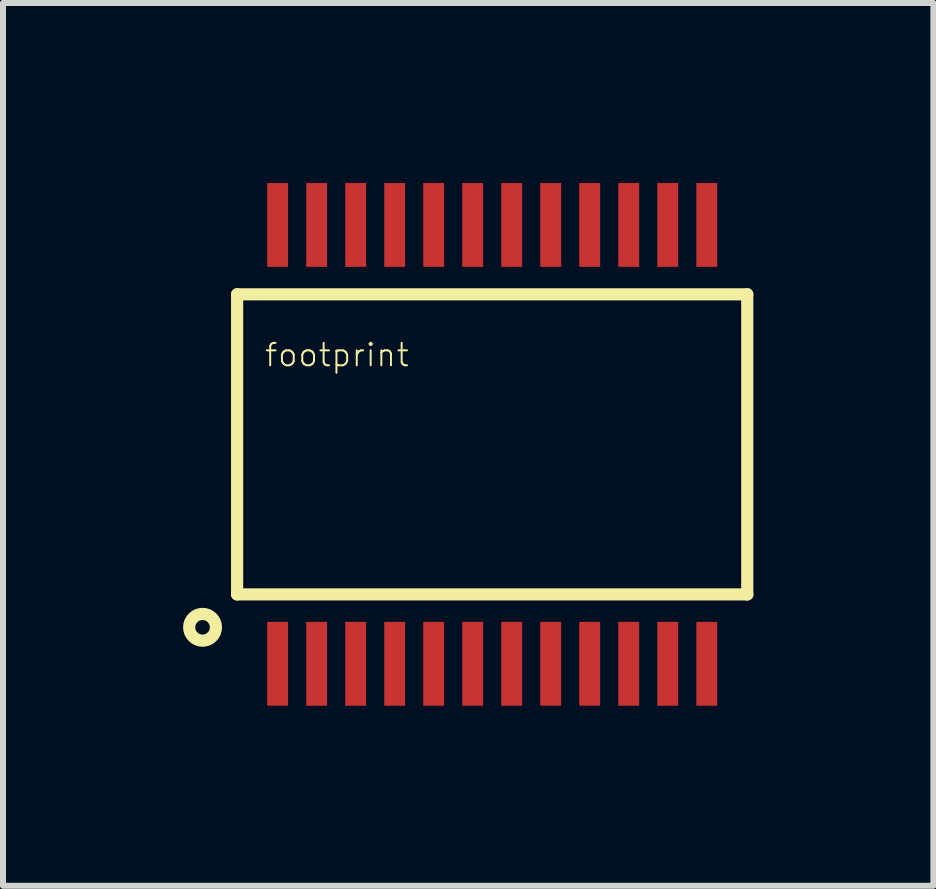
<source format=kicad_pcb>
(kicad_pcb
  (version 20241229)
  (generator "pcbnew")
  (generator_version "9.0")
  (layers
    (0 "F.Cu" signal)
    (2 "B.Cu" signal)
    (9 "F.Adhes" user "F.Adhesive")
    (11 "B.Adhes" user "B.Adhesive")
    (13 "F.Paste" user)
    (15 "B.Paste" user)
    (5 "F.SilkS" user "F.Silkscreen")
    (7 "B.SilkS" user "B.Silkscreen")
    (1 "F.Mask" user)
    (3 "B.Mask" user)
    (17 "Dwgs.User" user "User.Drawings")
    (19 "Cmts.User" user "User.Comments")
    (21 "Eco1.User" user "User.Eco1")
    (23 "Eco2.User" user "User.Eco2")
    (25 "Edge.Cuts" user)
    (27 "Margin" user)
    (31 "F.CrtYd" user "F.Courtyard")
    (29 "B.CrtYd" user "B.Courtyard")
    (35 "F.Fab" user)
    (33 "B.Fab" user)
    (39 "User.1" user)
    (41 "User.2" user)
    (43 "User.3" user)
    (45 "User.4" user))
  (footprint "footprint"
    (layer "F.Cu")
    (at 5.151 4.354)
    (property "Reference" "footprint" (at -3.81 -1.27 0) (layer "F.SilkS") (effects (font (size 0.374 0.374) (thickness 0.033)) (justify left bottom)))
    (fp_line (start -4.25 -2.5) (end 4.25 -2.5) (stroke (width 0.203) (type solid)) (layer "F.SilkS"))
    (fp_line (start -4.25 2.5) (end -4.25 -2.5) (stroke (width 0.203) (type solid)) (layer "F.SilkS"))
    (fp_line (start 4.25 -2.5) (end 4.25 2.5) (stroke (width 0.203) (type solid)) (layer "F.SilkS"))
    (fp_line (start 4.25 2.5) (end -4.25 2.5) (stroke (width 0.203) (type solid)) (layer "F.SilkS"))
    (fp_circle (center -4.826 3.048) (end -4.603 3.048) (stroke (width 0.203) (type solid)) (fill no) (layer "F.SilkS"))
    (pad "1" smd rect (at -3.575 3.656) (size 0.348 1.397) (layers "F.Cu" "F.Mask" "F.Paste"))
    (pad "2" smd rect (at -2.925 3.656) (size 0.348 1.397) (layers "F.Cu" "F.Mask" "F.Paste"))
    (pad "3" smd rect (at -2.275 3.656) (size 0.348 1.397) (layers "F.Cu" "F.Mask" "F.Paste"))
    (pad "4" smd rect (at -1.625 3.656) (size 0.348 1.397) (layers "F.Cu" "F.Mask" "F.Paste"))
    (pad "5" smd rect (at -0.975 3.656) (size 0.348 1.397) (layers "F.Cu" "F.Mask" "F.Paste"))
    (pad "6" smd rect (at -0.325 3.656) (size 0.348 1.397) (layers "F.Cu" "F.Mask" "F.Paste"))
    (pad "7" smd rect (at 0.325 3.656) (size 0.348 1.397) (layers "F.Cu" "F.Mask" "F.Paste"))
    (pad "8" smd rect (at 0.975 3.656) (size 0.348 1.397) (layers "F.Cu" "F.Mask" "F.Paste"))
    (pad "9" smd rect (at 1.625 3.656) (size 0.348 1.397) (layers "F.Cu" "F.Mask" "F.Paste"))
    (pad "10" smd rect (at 2.275 3.656) (size 0.348 1.397) (layers "F.Cu" "F.Mask" "F.Paste"))
    (pad "11" smd rect (at 2.925 3.656) (size 0.348 1.397) (layers "F.Cu" "F.Mask" "F.Paste"))
    (pad "12" smd rect (at 3.575 3.656) (size 0.348 1.397) (layers "F.Cu" "F.Mask" "F.Paste"))
    (pad "13" smd rect (at 3.575 -3.656 180) (size 0.348 1.397) (layers "F.Cu" "F.Mask" "F.Paste"))
    (pad "14" smd rect (at 2.925 -3.656 180) (size 0.348 1.397) (layers "F.Cu" "F.Mask" "F.Paste"))
    (pad "15" smd rect (at 2.275 -3.656) (size 0.348 1.397) (layers "F.Cu" "F.Mask" "F.Paste"))
    (pad "16" smd rect (at 1.625 -3.656) (size 0.348 1.397) (layers "F.Cu" "F.Mask" "F.Paste"))
    (pad "17" smd rect (at 0.975 -3.656) (size 0.348 1.397) (layers "F.Cu" "F.Mask" "F.Paste"))
    (pad "18" smd rect (at 0.325 -3.656) (size 0.348 1.397) (layers "F.Cu" "F.Mask" "F.Paste"))
    (pad "19" smd rect (at -0.325 -3.656) (size 0.348 1.397) (layers "F.Cu" "F.Mask" "F.Paste"))
    (pad "20" smd rect (at -0.975 -3.656) (size 0.348 1.397) (layers "F.Cu" "F.Mask" "F.Paste"))
    (pad "21" smd rect (at -1.625 -3.656) (size 0.348 1.397) (layers "F.Cu" "F.Mask" "F.Paste"))
    (pad "22" smd rect (at -2.275 -3.656) (size 0.348 1.397) (layers "F.Cu" "F.Mask" "F.Paste"))
    (pad "23" smd rect (at -2.925 -3.656) (size 0.348 1.397) (layers "F.Cu" "F.Mask" "F.Paste"))
    (pad "24" smd rect (at -3.575 -3.656) (size 0.348 1.397) (layers "F.Cu" "F.Mask" "F.Paste")))
  (gr_rect
    (start -3 -3)
    (end 12.502 11.709)
    (stroke (width 0.1) (type default))
    (fill no)
    (layer "Edge.Cuts")))
</source>
